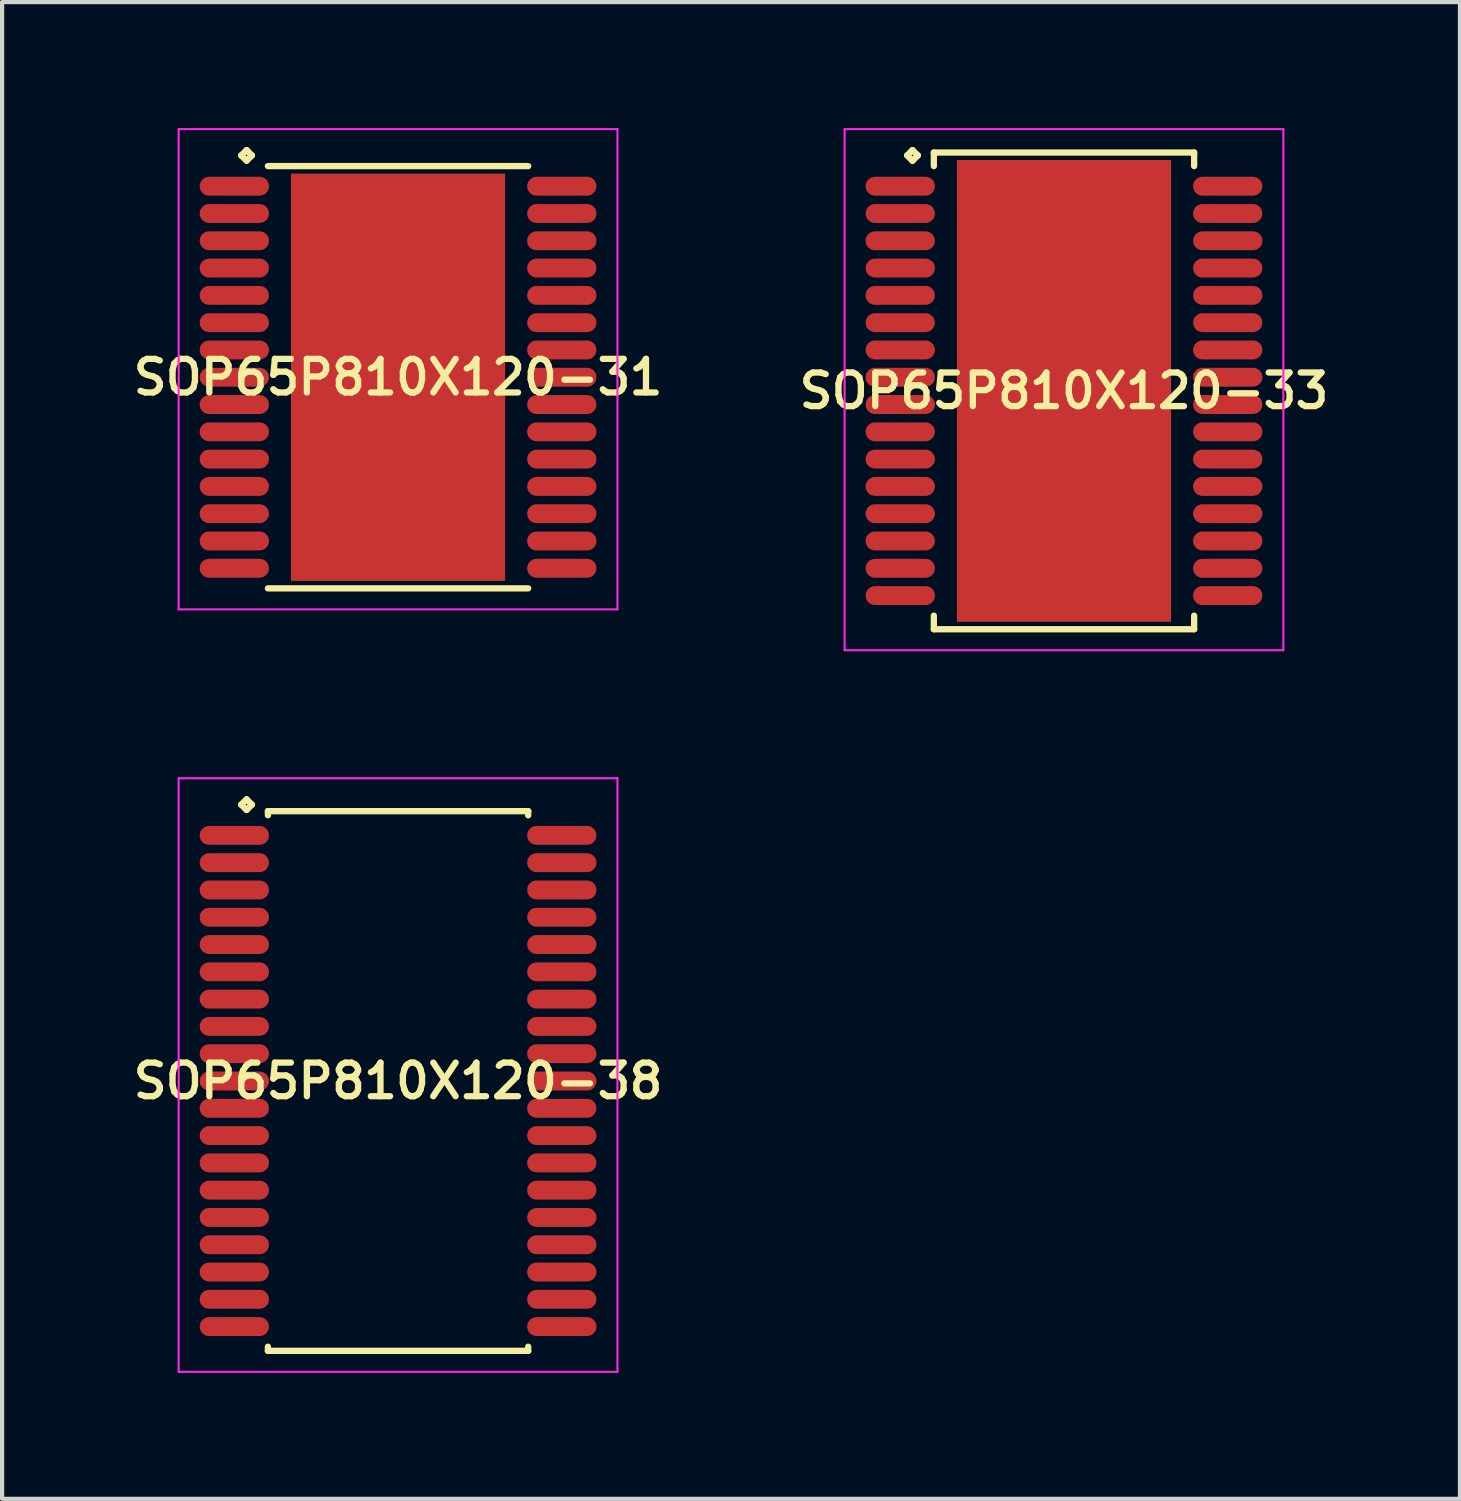
<source format=kicad_pcb>
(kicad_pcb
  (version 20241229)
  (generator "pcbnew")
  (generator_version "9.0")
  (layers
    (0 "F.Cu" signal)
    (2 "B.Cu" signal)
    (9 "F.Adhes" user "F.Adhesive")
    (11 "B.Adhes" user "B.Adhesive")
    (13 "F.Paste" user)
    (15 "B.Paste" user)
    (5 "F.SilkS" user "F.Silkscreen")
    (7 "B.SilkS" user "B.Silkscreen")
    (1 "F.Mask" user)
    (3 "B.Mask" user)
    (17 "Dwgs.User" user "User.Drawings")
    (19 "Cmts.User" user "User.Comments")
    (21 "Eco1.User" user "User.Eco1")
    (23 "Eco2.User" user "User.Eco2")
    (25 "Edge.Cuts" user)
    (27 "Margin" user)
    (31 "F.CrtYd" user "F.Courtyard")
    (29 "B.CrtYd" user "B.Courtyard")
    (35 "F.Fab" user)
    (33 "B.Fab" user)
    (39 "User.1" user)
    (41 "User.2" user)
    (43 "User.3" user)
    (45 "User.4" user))
  (footprint "SOP65P810X120-38"
    (layer "F.Cu")
    (at 6.431 22.697)
    (property "Reference" "SOP65P810X120-38" (at 0 0 0) (layer "F.SilkS") (effects (font (size 0.8 0.8) (thickness 0.15))))
    (attr smd)
    (fp_line (start -3.735 -6.583) (end -3.608 -6.71) (stroke (width 0.15) (type solid)) (layer "F.SilkS"))
    (fp_line (start -3.608 -6.71) (end -3.481 -6.583) (stroke (width 0.15) (type solid)) (layer "F.SilkS"))
    (fp_line (start -3.608 -6.456) (end -3.735 -6.583) (stroke (width 0.15) (type solid)) (layer "F.SilkS"))
    (fp_line (start -3.481 -6.583) (end -3.608 -6.456) (stroke (width 0.15) (type solid)) (layer "F.SilkS"))
    (fp_line (start -3.1 -6.427) (end 3.1 -6.427) (stroke (width 0.15) (type solid)) (layer "F.SilkS"))
    (fp_line (start -3.1 -6.329) (end -3.1 -6.427) (stroke (width 0.15) (type solid)) (layer "F.SilkS"))
    (fp_line (start -3.1 6.329) (end -3.1 6.427) (stroke (width 0.15) (type solid)) (layer "F.SilkS"))
    (fp_line (start -3.1 6.427) (end 3.1 6.427) (stroke (width 0.15) (type solid)) (layer "F.SilkS"))
    (fp_line (start 3.1 -6.427) (end 3.1 -6.329) (stroke (width 0.15) (type solid)) (layer "F.SilkS"))
    (fp_line (start 3.1 6.427) (end 3.1 6.329) (stroke (width 0.15) (type solid)) (layer "F.SilkS"))
    (fp_line (start -5.225 -7.21) (end 5.225 -7.21) (stroke (width 0.05) (type solid)) (layer "F.CrtYd"))
    (fp_line (start -5.225 6.927) (end -5.225 -7.21) (stroke (width 0.05) (type solid)) (layer "F.CrtYd"))
    (fp_line (start 5.225 -7.21) (end 5.225 6.927) (stroke (width 0.05) (type solid)) (layer "F.CrtYd"))
    (fp_line (start 5.225 6.927) (end -5.225 6.927) (stroke (width 0.05) (type solid)) (layer "F.CrtYd"))
    (pad "1" smd oval (at -3.9 -5.85) (size 1.65 0.45) (layers "F.Cu" "F.Mask" "F.Paste"))
    (pad "2" smd oval (at -3.9 -5.2) (size 1.65 0.45) (layers "F.Cu" "F.Mask" "F.Paste"))
    (pad "3" smd oval (at -3.9 -4.55) (size 1.65 0.45) (layers "F.Cu" "F.Mask" "F.Paste"))
    (pad "4" smd oval (at -3.9 -3.9) (size 1.65 0.45) (layers "F.Cu" "F.Mask" "F.Paste"))
    (pad "5" smd oval (at -3.9 -3.25) (size 1.65 0.45) (layers "F.Cu" "F.Mask" "F.Paste"))
    (pad "6" smd oval (at -3.9 -2.6) (size 1.65 0.45) (layers "F.Cu" "F.Mask" "F.Paste"))
    (pad "7" smd oval (at -3.9 -1.95) (size 1.65 0.45) (layers "F.Cu" "F.Mask" "F.Paste"))
    (pad "8" smd oval (at -3.9 -1.3) (size 1.65 0.45) (layers "F.Cu" "F.Mask" "F.Paste"))
    (pad "9" smd oval (at -3.9 -0.65) (size 1.65 0.45) (layers "F.Cu" "F.Mask" "F.Paste"))
    (pad "10" smd oval (at -3.9 0) (size 1.65 0.45) (layers "F.Cu" "F.Mask" "F.Paste"))
    (pad "11" smd oval (at -3.9 0.65) (size 1.65 0.45) (layers "F.Cu" "F.Mask" "F.Paste"))
    (pad "12" smd oval (at -3.9 1.3) (size 1.65 0.45) (layers "F.Cu" "F.Mask" "F.Paste"))
    (pad "13" smd oval (at -3.9 1.95) (size 1.65 0.45) (layers "F.Cu" "F.Mask" "F.Paste"))
    (pad "14" smd oval (at -3.9 2.6) (size 1.65 0.45) (layers "F.Cu" "F.Mask" "F.Paste"))
    (pad "15" smd oval (at -3.9 3.25) (size 1.65 0.45) (layers "F.Cu" "F.Mask" "F.Paste"))
    (pad "16" smd oval (at -3.9 3.9) (size 1.65 0.45) (layers "F.Cu" "F.Mask" "F.Paste"))
    (pad "17" smd oval (at -3.9 4.55) (size 1.65 0.45) (layers "F.Cu" "F.Mask" "F.Paste"))
    (pad "18" smd oval (at -3.9 5.2) (size 1.65 0.45) (layers "F.Cu" "F.Mask" "F.Paste"))
    (pad "19" smd oval (at -3.9 5.85) (size 1.65 0.45) (layers "F.Cu" "F.Mask" "F.Paste"))
    (pad "20" smd oval (at 3.9 5.85) (size 1.65 0.45) (layers "F.Cu" "F.Mask" "F.Paste"))
    (pad "21" smd oval (at 3.9 5.2) (size 1.65 0.45) (layers "F.Cu" "F.Mask" "F.Paste"))
    (pad "22" smd oval (at 3.9 4.55) (size 1.65 0.45) (layers "F.Cu" "F.Mask" "F.Paste"))
    (pad "23" smd oval (at 3.9 3.9) (size 1.65 0.45) (layers "F.Cu" "F.Mask" "F.Paste"))
    (pad "24" smd oval (at 3.9 3.25) (size 1.65 0.45) (layers "F.Cu" "F.Mask" "F.Paste"))
    (pad "25" smd oval (at 3.9 2.6) (size 1.65 0.45) (layers "F.Cu" "F.Mask" "F.Paste"))
    (pad "26" smd oval (at 3.9 1.95) (size 1.65 0.45) (layers "F.Cu" "F.Mask" "F.Paste"))
    (pad "27" smd oval (at 3.9 1.3) (size 1.65 0.45) (layers "F.Cu" "F.Mask" "F.Paste"))
    (pad "28" smd oval (at 3.9 0.65) (size 1.65 0.45) (layers "F.Cu" "F.Mask" "F.Paste"))
    (pad "29" smd oval (at 3.9 0) (size 1.65 0.45) (layers "F.Cu" "F.Mask" "F.Paste"))
    (pad "30" smd oval (at 3.9 -0.65) (size 1.65 0.45) (layers "F.Cu" "F.Mask" "F.Paste"))
    (pad "31" smd oval (at 3.9 -1.3) (size 1.65 0.45) (layers "F.Cu" "F.Mask" "F.Paste"))
    (pad "32" smd oval (at 3.9 -1.95) (size 1.65 0.45) (layers "F.Cu" "F.Mask" "F.Paste"))
    (pad "33" smd oval (at 3.9 -2.6) (size 1.65 0.45) (layers "F.Cu" "F.Mask" "F.Paste"))
    (pad "34" smd oval (at 3.9 -3.25) (size 1.65 0.45) (layers "F.Cu" "F.Mask" "F.Paste"))
    (pad "35" smd oval (at 3.9 -3.9) (size 1.65 0.45) (layers "F.Cu" "F.Mask" "F.Paste"))
    (pad "36" smd oval (at 3.9 -4.55) (size 1.65 0.45) (layers "F.Cu" "F.Mask" "F.Paste"))
    (pad "37" smd oval (at 3.9 -5.2) (size 1.65 0.45) (layers "F.Cu" "F.Mask" "F.Paste"))
    (pad "38" smd oval (at 3.9 -5.85) (size 1.65 0.45) (layers "F.Cu" "F.Mask" "F.Paste")))
  (footprint "SOP65P810X120-31"
    (layer "F.Cu")
    (at 6.431 5.935)
    (property "Reference" "SOP65P810X120-31" (at 0 0 0) (layer "F.SilkS") (effects (font (size 0.8 0.8) (thickness 0.15))))
    (attr smd)
    (fp_line (start -3.735 -5.283) (end -3.608 -5.41) (stroke (width 0.15) (type solid)) (layer "F.SilkS"))
    (fp_line (start -3.608 -5.41) (end -3.481 -5.283) (stroke (width 0.15) (type solid)) (layer "F.SilkS"))
    (fp_line (start -3.608 -5.156) (end -3.735 -5.283) (stroke (width 0.15) (type solid)) (layer "F.SilkS"))
    (fp_line (start -3.481 -5.283) (end -3.608 -5.156) (stroke (width 0.15) (type solid)) (layer "F.SilkS"))
    (fp_line (start -3.1 -5.029) (end 3.1 -5.029) (stroke (width 0.15) (type solid)) (layer "F.SilkS"))
    (fp_line (start -3.1 5.029) (end 3.1 5.029) (stroke (width 0.15) (type solid)) (layer "F.SilkS"))
    (fp_line (start -5.225 -5.91) (end 5.225 -5.91) (stroke (width 0.05) (type solid)) (layer "F.CrtYd"))
    (fp_line (start -5.225 5.529) (end -5.225 -5.91) (stroke (width 0.05) (type solid)) (layer "F.CrtYd"))
    (fp_line (start 5.225 -5.91) (end 5.225 5.529) (stroke (width 0.05) (type solid)) (layer "F.CrtYd"))
    (fp_line (start 5.225 5.529) (end -5.225 5.529) (stroke (width 0.05) (type solid)) (layer "F.CrtYd"))
    (pad "1" smd oval (at -3.9 -4.55) (size 1.65 0.45) (layers "F.Cu" "F.Mask" "F.Paste"))
    (pad "2" smd oval (at -3.9 -3.9) (size 1.65 0.45) (layers "F.Cu" "F.Mask" "F.Paste"))
    (pad "3" smd oval (at -3.9 -3.25) (size 1.65 0.45) (layers "F.Cu" "F.Mask" "F.Paste"))
    (pad "4" smd oval (at -3.9 -2.6) (size 1.65 0.45) (layers "F.Cu" "F.Mask" "F.Paste"))
    (pad "5" smd oval (at -3.9 -1.95) (size 1.65 0.45) (layers "F.Cu" "F.Mask" "F.Paste"))
    (pad "6" smd oval (at -3.9 -1.3) (size 1.65 0.45) (layers "F.Cu" "F.Mask" "F.Paste"))
    (pad "7" smd oval (at -3.9 -0.65) (size 1.65 0.45) (layers "F.Cu" "F.Mask" "F.Paste"))
    (pad "8" smd oval (at -3.9 0) (size 1.65 0.45) (layers "F.Cu" "F.Mask" "F.Paste"))
    (pad "9" smd oval (at -3.9 0.65) (size 1.65 0.45) (layers "F.Cu" "F.Mask" "F.Paste"))
    (pad "10" smd oval (at -3.9 1.3) (size 1.65 0.45) (layers "F.Cu" "F.Mask" "F.Paste"))
    (pad "11" smd oval (at -3.9 1.95) (size 1.65 0.45) (layers "F.Cu" "F.Mask" "F.Paste"))
    (pad "12" smd oval (at -3.9 2.6) (size 1.65 0.45) (layers "F.Cu" "F.Mask" "F.Paste"))
    (pad "13" smd oval (at -3.9 3.25) (size 1.65 0.45) (layers "F.Cu" "F.Mask" "F.Paste"))
    (pad "14" smd oval (at -3.9 3.9) (size 1.65 0.45) (layers "F.Cu" "F.Mask" "F.Paste"))
    (pad "15" smd oval (at -3.9 4.55) (size 1.65 0.45) (layers "F.Cu" "F.Mask" "F.Paste"))
    (pad "16" smd oval (at 3.9 4.55) (size 1.65 0.45) (layers "F.Cu" "F.Mask" "F.Paste"))
    (pad "17" smd oval (at 3.9 3.9) (size 1.65 0.45) (layers "F.Cu" "F.Mask" "F.Paste"))
    (pad "18" smd oval (at 3.9 3.25) (size 1.65 0.45) (layers "F.Cu" "F.Mask" "F.Paste"))
    (pad "19" smd oval (at 3.9 2.6) (size 1.65 0.45) (layers "F.Cu" "F.Mask" "F.Paste"))
    (pad "20" smd oval (at 3.9 1.95) (size 1.65 0.45) (layers "F.Cu" "F.Mask" "F.Paste"))
    (pad "21" smd oval (at 3.9 1.3) (size 1.65 0.45) (layers "F.Cu" "F.Mask" "F.Paste"))
    (pad "22" smd oval (at 3.9 0.65) (size 1.65 0.45) (layers "F.Cu" "F.Mask" "F.Paste"))
    (pad "23" smd oval (at 3.9 0) (size 1.65 0.45) (layers "F.Cu" "F.Mask" "F.Paste"))
    (pad "24" smd oval (at 3.9 -0.65) (size 1.65 0.45) (layers "F.Cu" "F.Mask" "F.Paste"))
    (pad "25" smd oval (at 3.9 -1.3) (size 1.65 0.45) (layers "F.Cu" "F.Mask" "F.Paste"))
    (pad "26" smd oval (at 3.9 -1.95) (size 1.65 0.45) (layers "F.Cu" "F.Mask" "F.Paste"))
    (pad "27" smd oval (at 3.9 -2.6) (size 1.65 0.45) (layers "F.Cu" "F.Mask" "F.Paste"))
    (pad "28" smd oval (at 3.9 -3.25) (size 1.65 0.45) (layers "F.Cu" "F.Mask" "F.Paste"))
    (pad "29" smd oval (at 3.9 -3.9) (size 1.65 0.45) (layers "F.Cu" "F.Mask" "F.Paste"))
    (pad "30" smd oval (at 3.9 -4.55) (size 1.65 0.45) (layers "F.Cu" "F.Mask" "F.Paste"))
    (pad "31" smd rect (at 0 0) (size 5.1 9.7) (layers "F.Cu" "F.Mask" "F.Paste")))
  (footprint "SOP65P810X120-33"
    (layer "F.Cu")
    (at 22.292 6.26)
    (property "Reference" "SOP65P810X120-33" (at 0 0 0) (layer "F.SilkS") (effects (font (size 0.8 0.8) (thickness 0.15))))
    (attr smd)
    (fp_line (start -3.735 -5.608) (end -3.608 -5.735) (stroke (width 0.15) (type solid)) (layer "F.SilkS"))
    (fp_line (start -3.608 -5.735) (end -3.481 -5.608) (stroke (width 0.15) (type solid)) (layer "F.SilkS"))
    (fp_line (start -3.608 -5.481) (end -3.735 -5.608) (stroke (width 0.15) (type solid)) (layer "F.SilkS"))
    (fp_line (start -3.481 -5.608) (end -3.608 -5.481) (stroke (width 0.15) (type solid)) (layer "F.SilkS"))
    (fp_line (start -3.1 -5.677) (end 3.1 -5.677) (stroke (width 0.15) (type solid)) (layer "F.SilkS"))
    (fp_line (start -3.1 -5.354) (end -3.1 -5.677) (stroke (width 0.15) (type solid)) (layer "F.SilkS"))
    (fp_line (start -3.1 5.354) (end -3.1 5.677) (stroke (width 0.15) (type solid)) (layer "F.SilkS"))
    (fp_line (start -3.1 5.677) (end 3.1 5.677) (stroke (width 0.15) (type solid)) (layer "F.SilkS"))
    (fp_line (start 3.1 -5.677) (end 3.1 -5.354) (stroke (width 0.15) (type solid)) (layer "F.SilkS"))
    (fp_line (start 3.1 5.677) (end 3.1 5.354) (stroke (width 0.15) (type solid)) (layer "F.SilkS"))
    (fp_line (start -5.225 -6.235) (end 5.225 -6.235) (stroke (width 0.05) (type solid)) (layer "F.CrtYd"))
    (fp_line (start -5.225 6.177) (end -5.225 -6.235) (stroke (width 0.05) (type solid)) (layer "F.CrtYd"))
    (fp_line (start 5.225 -6.235) (end 5.225 6.177) (stroke (width 0.05) (type solid)) (layer "F.CrtYd"))
    (fp_line (start 5.225 6.177) (end -5.225 6.177) (stroke (width 0.05) (type solid)) (layer "F.CrtYd"))
    (pad "1" smd oval (at -3.9 -4.875) (size 1.65 0.45) (layers "F.Cu" "F.Mask" "F.Paste"))
    (pad "2" smd oval (at -3.9 -4.225) (size 1.65 0.45) (layers "F.Cu" "F.Mask" "F.Paste"))
    (pad "3" smd oval (at -3.9 -3.575) (size 1.65 0.45) (layers "F.Cu" "F.Mask" "F.Paste"))
    (pad "4" smd oval (at -3.9 -2.925) (size 1.65 0.45) (layers "F.Cu" "F.Mask" "F.Paste"))
    (pad "5" smd oval (at -3.9 -2.275) (size 1.65 0.45) (layers "F.Cu" "F.Mask" "F.Paste"))
    (pad "6" smd oval (at -3.9 -1.625) (size 1.65 0.45) (layers "F.Cu" "F.Mask" "F.Paste"))
    (pad "7" smd oval (at -3.9 -0.975) (size 1.65 0.45) (layers "F.Cu" "F.Mask" "F.Paste"))
    (pad "8" smd oval (at -3.9 -0.325) (size 1.65 0.45) (layers "F.Cu" "F.Mask" "F.Paste"))
    (pad "9" smd oval (at -3.9 0.325) (size 1.65 0.45) (layers "F.Cu" "F.Mask" "F.Paste"))
    (pad "10" smd oval (at -3.9 0.975) (size 1.65 0.45) (layers "F.Cu" "F.Mask" "F.Paste"))
    (pad "11" smd oval (at -3.9 1.625) (size 1.65 0.45) (layers "F.Cu" "F.Mask" "F.Paste"))
    (pad "12" smd oval (at -3.9 2.275) (size 1.65 0.45) (layers "F.Cu" "F.Mask" "F.Paste"))
    (pad "13" smd oval (at -3.9 2.925) (size 1.65 0.45) (layers "F.Cu" "F.Mask" "F.Paste"))
    (pad "14" smd oval (at -3.9 3.575) (size 1.65 0.45) (layers "F.Cu" "F.Mask" "F.Paste"))
    (pad "15" smd oval (at -3.9 4.225) (size 1.65 0.45) (layers "F.Cu" "F.Mask" "F.Paste"))
    (pad "16" smd oval (at -3.9 4.875) (size 1.65 0.45) (layers "F.Cu" "F.Mask" "F.Paste"))
    (pad "17" smd oval (at 3.9 4.875) (size 1.65 0.45) (layers "F.Cu" "F.Mask" "F.Paste"))
    (pad "18" smd oval (at 3.9 4.225) (size 1.65 0.45) (layers "F.Cu" "F.Mask" "F.Paste"))
    (pad "19" smd oval (at 3.9 3.575) (size 1.65 0.45) (layers "F.Cu" "F.Mask" "F.Paste"))
    (pad "20" smd oval (at 3.9 2.925) (size 1.65 0.45) (layers "F.Cu" "F.Mask" "F.Paste"))
    (pad "21" smd oval (at 3.9 2.275) (size 1.65 0.45) (layers "F.Cu" "F.Mask" "F.Paste"))
    (pad "22" smd oval (at 3.9 1.625) (size 1.65 0.45) (layers "F.Cu" "F.Mask" "F.Paste"))
    (pad "23" smd oval (at 3.9 0.975) (size 1.65 0.45) (layers "F.Cu" "F.Mask" "F.Paste"))
    (pad "24" smd oval (at 3.9 0.325) (size 1.65 0.45) (layers "F.Cu" "F.Mask" "F.Paste"))
    (pad "25" smd oval (at 3.9 -0.325) (size 1.65 0.45) (layers "F.Cu" "F.Mask" "F.Paste"))
    (pad "26" smd oval (at 3.9 -0.975) (size 1.65 0.45) (layers "F.Cu" "F.Mask" "F.Paste"))
    (pad "27" smd oval (at 3.9 -1.625) (size 1.65 0.45) (layers "F.Cu" "F.Mask" "F.Paste"))
    (pad "28" smd oval (at 3.9 -2.275) (size 1.65 0.45) (layers "F.Cu" "F.Mask" "F.Paste"))
    (pad "29" smd oval (at 3.9 -2.925) (size 1.65 0.45) (layers "F.Cu" "F.Mask" "F.Paste"))
    (pad "30" smd oval (at 3.9 -3.575) (size 1.65 0.45) (layers "F.Cu" "F.Mask" "F.Paste"))
    (pad "31" smd oval (at 3.9 -4.225) (size 1.65 0.45) (layers "F.Cu" "F.Mask" "F.Paste"))
    (pad "32" smd oval (at 3.9 -4.875) (size 1.65 0.45) (layers "F.Cu" "F.Mask" "F.Paste"))
    (pad "33" smd rect (at 0 0) (size 5.1 11) (layers "F.Cu" "F.Mask" "F.Paste")))
  (gr_rect
    (start -3 -3)
    (end 31.723 32.649)
    (stroke (width 0.1) (type default))
    (fill no)
    (layer "Edge.Cuts")))
</source>
